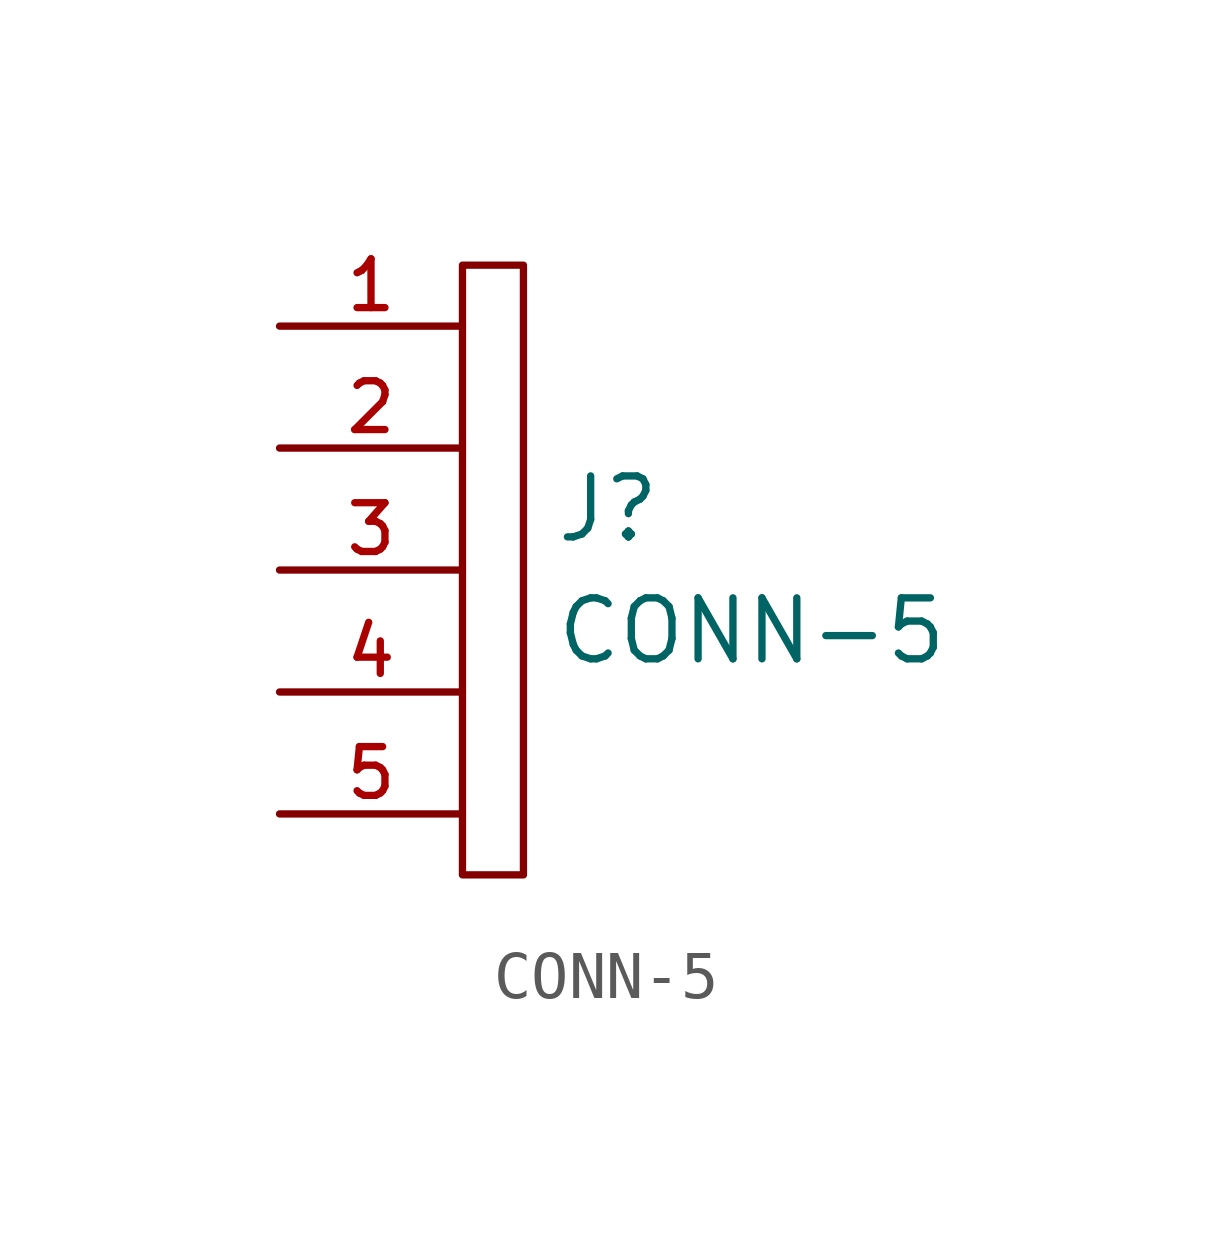
<source format=kicad_sym>
(kicad_symbol_lib
  (version 20211014)
  (generator kicad_symbol_editor)
  (symbol "CONN-5"
    (pin_names
      (offset 1.016))
    (property "Reference" "J"
      (at 5.715 1.27 0)
      (effects (font (size 1.27 1.27)) (justify left)))
    (property "Value" "CONN-5"
      (at 5.715 -1.27 0)
      (effects (font (size 1.27 1.27)) (justify left)))
    (symbol "CONN-5_0_1"
      (rectangle (start 3.81 6.35) (end 5.08 -6.35) (stroke (width 0) (type default) (color 0 0 0 0)) (fill (type none))))
    (symbol "CONN-5_1_1"
      (pin passive line (at 0 5.08 0) (length 3.81) (name "~" (effects (font (size 1.27 1.27)))) (number "1" (effects (font (size 1.016 1.016)))))
      (pin passive line (at 0 2.54 0) (length 3.81) (name "~" (effects (font (size 1.27 1.27)))) (number "2" (effects (font (size 1.016 1.016)))))
      (pin passive line (at 0 0 0) (length 3.81) (name "~" (effects (font (size 1.27 1.27)))) (number "3" (effects (font (size 1.016 1.016)))))
      (pin passive line (at 0 -2.54 0) (length 3.81) (name "~" (effects (font (size 1.27 1.27)))) (number "4" (effects (font (size 1.016 1.016)))))
      (pin passive line (at 0 -5.08 0) (length 3.81) (name "~" (effects (font (size 1.27 1.27)))) (number "5" (effects (font (size 1.016 1.016))))))))
</source>
